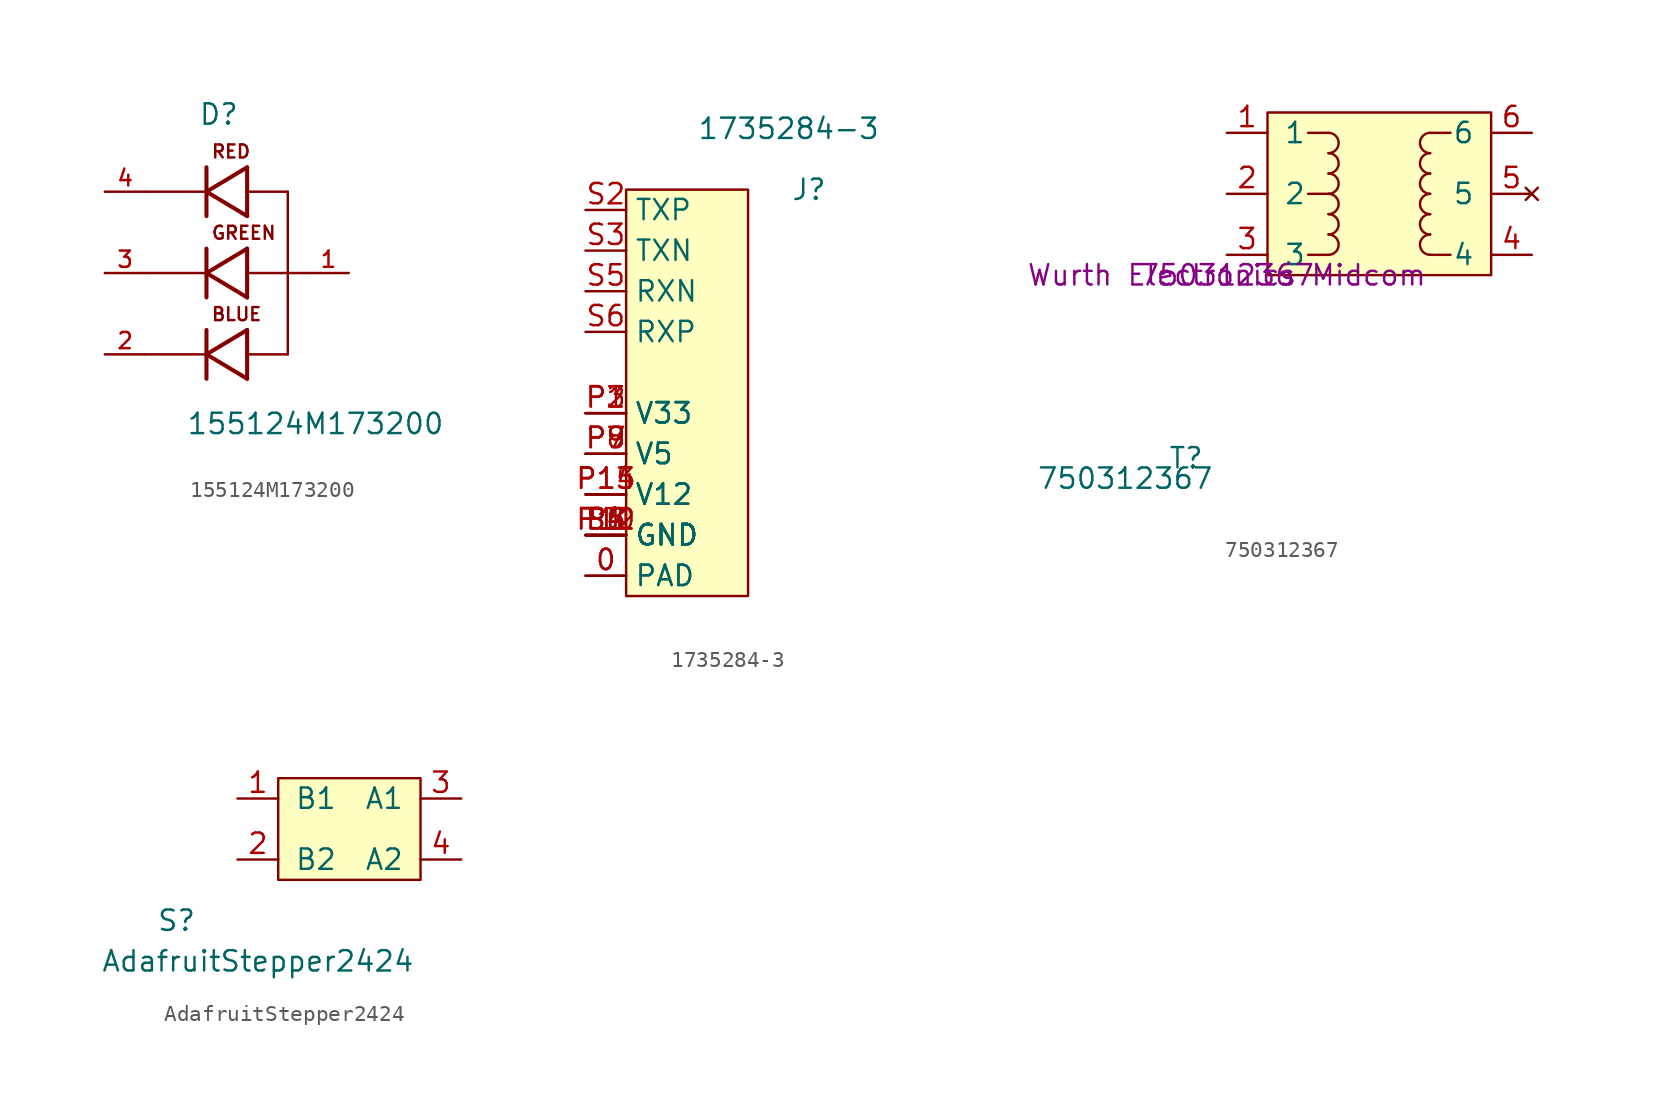
<source format=kicad_sym>
(kicad_symbol_lib
  (version 20220914)
  (generator kicad_symbol_editor)
  (symbol "155124M173200"
    (pin_names
      (offset 1.016) hide)
    (property "Reference" "D"
      (at -1.778 9.169 0)
      (effects (font (size 1.27 1.27)) (justify left bottom)))
    (property "Value" "155124M173200"
      (at -2.54 -10.16 0)
      (effects (font (size 1.27 1.27)) (justify left bottom)))
    (property "ki_locked" ""
      (at 0 0 0)
      (effects (font (size 1.27 1.27))))
    (symbol "155124M173200_0_0"
      (polyline (pts (xy -1.27 -6.604) (xy -1.27 -5.08)) (stroke (width 0.254) (type solid)) (fill (type none)))
      (polyline (pts (xy -1.27 -5.08) (xy -5.08 -5.08)) (stroke (width 0.152) (type solid)) (fill (type none)))
      (polyline (pts (xy -1.27 -5.08) (xy -1.27 -3.556)) (stroke (width 0.254) (type solid)) (fill (type none)))
      (polyline (pts (xy -1.27 -5.08) (xy 1.27 -6.604)) (stroke (width 0.254) (type solid)) (fill (type none)))
      (polyline (pts (xy -1.27 -1.524) (xy -1.27 0)) (stroke (width 0.254) (type solid)) (fill (type none)))
      (polyline (pts (xy -1.27 0) (xy -5.08 0)) (stroke (width 0.152) (type solid)) (fill (type none)))
      (polyline (pts (xy -1.27 0) (xy -1.27 1.524)) (stroke (width 0.254) (type solid)) (fill (type none)))
      (polyline (pts (xy -1.27 0) (xy 1.27 -1.524)) (stroke (width 0.254) (type solid)) (fill (type none)))
      (polyline (pts (xy -1.27 3.556) (xy -1.27 5.08)) (stroke (width 0.254) (type solid)) (fill (type none)))
      (polyline (pts (xy -1.27 5.08) (xy -5.08 5.08)) (stroke (width 0.152) (type solid)) (fill (type none)))
      (polyline (pts (xy -1.27 5.08) (xy -1.27 6.604)) (stroke (width 0.254) (type solid)) (fill (type none)))
      (polyline (pts (xy -1.27 5.08) (xy 1.27 3.556)) (stroke (width 0.254) (type solid)) (fill (type none)))
      (polyline (pts (xy 1.27 -6.604) (xy 1.27 -5.08)) (stroke (width 0.254) (type solid)) (fill (type none)))
      (polyline (pts (xy 1.27 -5.08) (xy 1.27 -3.556)) (stroke (width 0.254) (type solid)) (fill (type none)))
      (polyline (pts (xy 1.27 -5.08) (xy 3.81 -5.08)) (stroke (width 0.152) (type solid)) (fill (type none)))
      (polyline (pts (xy 1.27 -3.556) (xy -1.27 -5.08)) (stroke (width 0.254) (type solid)) (fill (type none)))
      (polyline (pts (xy 1.27 -1.524) (xy 1.27 0)) (stroke (width 0.254) (type solid)) (fill (type none)))
      (polyline (pts (xy 1.27 0) (xy 1.27 1.524)) (stroke (width 0.254) (type solid)) (fill (type none)))
      (polyline (pts (xy 1.27 1.524) (xy -1.27 0)) (stroke (width 0.254) (type solid)) (fill (type none)))
      (polyline (pts (xy 1.27 3.556) (xy 1.27 5.08)) (stroke (width 0.254) (type solid)) (fill (type none)))
      (polyline (pts (xy 1.27 5.08) (xy 1.27 6.604)) (stroke (width 0.254) (type solid)) (fill (type none)))
      (polyline (pts (xy 1.27 6.604) (xy -1.27 5.08)) (stroke (width 0.254) (type solid)) (fill (type none)))
      (polyline (pts (xy 3.81 -5.08) (xy 3.81 0)) (stroke (width 0.152) (type solid)) (fill (type none)))
      (polyline (pts (xy 3.81 0) (xy 1.27 0)) (stroke (width 0.152) (type solid)) (fill (type none)))
      (polyline (pts (xy 3.81 0) (xy 3.81 5.08)) (stroke (width 0.152) (type solid)) (fill (type none)))
      (polyline (pts (xy 3.81 5.08) (xy 1.27 5.08)) (stroke (width 0.152) (type solid)) (fill (type none)))
      (polyline (pts (xy 5.08 0) (xy 3.81 0)) (stroke (width 0.152) (type solid)) (fill (type none)))
      (text "BLUE" (at -1.016 -3.048 0) (effects (font (size 0.813 0.813)) (justify left bottom)))
      (text "GREEN" (at -1.016 2.032 0) (effects (font (size 0.813 0.813)) (justify left bottom)))
      (text "RED" (at -1.016 7.112 0) (effects (font (size 0.813 0.813)) (justify left bottom)))
      (pin passive line (at 7.62 0 180) (length 2.54) (name "1" (effects (font (size 1.016 1.016)))) (number "1" (effects (font (size 1.016 1.016)))))
      (pin passive line (at -7.62 -5.08 0) (length 2.54) (name "2" (effects (font (size 1.016 1.016)))) (number "2" (effects (font (size 1.016 1.016)))))
      (pin passive line (at -7.62 0 0) (length 2.54) (name "3" (effects (font (size 1.016 1.016)))) (number "3" (effects (font (size 1.016 1.016)))))
      (pin passive line (at -7.62 5.08 0) (length 2.54) (name "4" (effects (font (size 1.016 1.016)))) (number "4" (effects (font (size 1.016 1.016)))))))
  (symbol "1735284-3"
    (property "Reference" "J"
      (at 11.43 25.4 0)
      (effects (font (size 1.27 1.27))))
    (property "Value" "1735284-3"
      (at 10.16 29.21 0)
      (effects (font (size 1.27 1.27))))
    (symbol "1735284-3_1_1"
      (rectangle (start 0 25.4) (end 7.62 0) (stroke (width 0) (type default)) (fill (type background)))
      (pin power_in line (at -2.54 1.27 0) (length 2.54) (name "PAD" (effects (font (size 1.27 1.27)))) (number "0" (effects (font (size 1.27 1.27)))))
      (pin power_in line (at -2.54 1.27 0) (length 2.54) (name "PAD" (effects (font (size 1.27 1.27)))) (number "0" (effects (font (size 1.27 1.27)))))
      (pin power_in line (at -2.54 11.43 0) (length 2.54) (name "V33" (effects (font (size 1.27 1.27)))) (number "P1" (effects (font (size 1.27 1.27)))))
      (pin power_in line (at -2.54 3.81 0) (length 2.54) (name "GND" (effects (font (size 1.27 1.27)))) (number "P10" (effects (font (size 1.27 1.27)))))
      (pin power_in line (at -2.54 3.81 0) (length 2.54) (name "GND" (effects (font (size 1.27 1.27)))) (number "P11" (effects (font (size 1.27 1.27)))))
      (pin power_in line (at -2.54 3.81 0) (length 2.54) (name "GND" (effects (font (size 1.27 1.27)))) (number "P12" (effects (font (size 1.27 1.27)))))
      (pin power_in line (at -2.54 6.35 0) (length 2.54) (name "V12" (effects (font (size 1.27 1.27)))) (number "P13" (effects (font (size 1.27 1.27)))))
      (pin power_in line (at -2.54 6.35 0) (length 2.54) (name "V12" (effects (font (size 1.27 1.27)))) (number "P14" (effects (font (size 1.27 1.27)))))
      (pin power_in line (at -2.54 6.35 0) (length 2.54) (name "V12" (effects (font (size 1.27 1.27)))) (number "P15" (effects (font (size 1.27 1.27)))))
      (pin power_in line (at -2.54 11.43 0) (length 2.54) (name "V33" (effects (font (size 1.27 1.27)))) (number "P2" (effects (font (size 1.27 1.27)))))
      (pin power_in line (at -2.54 11.43 0) (length 2.54) (name "V33" (effects (font (size 1.27 1.27)))) (number "P3" (effects (font (size 1.27 1.27)))))
      (pin power_in line (at -2.54 3.81 0) (length 2.54) (name "GND" (effects (font (size 1.27 1.27)))) (number "P4" (effects (font (size 1.27 1.27)))))
      (pin power_in line (at -2.54 3.81 0) (length 2.54) (name "GND" (effects (font (size 1.27 1.27)))) (number "P5" (effects (font (size 1.27 1.27)))))
      (pin power_in line (at -2.54 3.81 0) (length 2.54) (name "GND" (effects (font (size 1.27 1.27)))) (number "P6" (effects (font (size 1.27 1.27)))))
      (pin power_in line (at -2.54 8.89 0) (length 2.54) (name "V5" (effects (font (size 1.27 1.27)))) (number "P7" (effects (font (size 1.27 1.27)))))
      (pin power_in line (at -2.54 8.89 0) (length 2.54) (name "V5" (effects (font (size 1.27 1.27)))) (number "P8" (effects (font (size 1.27 1.27)))))
      (pin power_in line (at -2.54 8.89 0) (length 2.54) (name "V5" (effects (font (size 1.27 1.27)))) (number "P9" (effects (font (size 1.27 1.27)))))
      (pin power_in line (at -2.54 3.81 0) (length 2.54) (name "GND" (effects (font (size 1.27 1.27)))) (number "S1" (effects (font (size 1.27 1.27)))))
      (pin input line (at -2.54 24.13 0) (length 2.54) (name "TXP" (effects (font (size 1.27 1.27)))) (number "S2" (effects (font (size 1.27 1.27)))))
      (pin input line (at -2.54 21.59 0) (length 2.54) (name "TXN" (effects (font (size 1.27 1.27)))) (number "S3" (effects (font (size 1.27 1.27)))))
      (pin power_in line (at -2.54 3.81 0) (length 2.54) (name "GND" (effects (font (size 1.27 1.27)))) (number "S4" (effects (font (size 1.27 1.27)))))
      (pin input line (at -2.54 19.05 0) (length 2.54) (name "RXN" (effects (font (size 1.27 1.27)))) (number "S5" (effects (font (size 1.27 1.27)))))
      (pin input line (at -2.54 16.51 0) (length 2.54) (name "RXP" (effects (font (size 1.27 1.27)))) (number "S6" (effects (font (size 1.27 1.27)))))
      (pin power_in line (at -2.54 3.81 0) (length 2.54) (name "GND" (effects (font (size 1.27 1.27)))) (number "S7" (effects (font (size 1.27 1.27)))))))
  (symbol "750312367"
    (pin_names
      (offset 1.016))
    (property "Reference" "T"
      (at -2.54 -11.43 0)
      (effects (font (size 1.27 1.27))))
    (property "Value" "750312367"
      (at -6.35 -12.7 0)
      (effects (font (size 1.27 1.27))))
    (property "Manufacture" "Wurth Electronics Midcom"
      (at 0 0 0)
      (effects (font (size 1.27 1.27))))
    (property "Manufacturer Part Number" "750312367"
      (at 0 0 0)
      (effects (font (size 1.27 1.27))))
    (symbol "750312367_0_1"
      (polyline (pts (xy 6.35 1.27) (xy 5.08 1.27)) (stroke (width 0) (type solid)) (fill (type none)))
      (polyline (pts (xy 6.35 5.08) (xy 5.08 5.08)) (stroke (width 0) (type solid)) (fill (type none)))
      (polyline (pts (xy 6.35 8.89) (xy 5.08 8.89)) (stroke (width 0) (type solid)) (fill (type none)))
      (rectangle (start 2.54 0) (end 16.51 10.16) (stroke (width 0) (type solid)) (fill (type background)))
      (arc (start 6.35 1.27) (mid 6.9823 1.905) (end 6.35 2.54) (stroke (width 0) (type solid)) (fill (type none)))
      (arc (start 6.35 2.54) (mid 6.9823 3.175) (end 6.35 3.81) (stroke (width 0) (type solid)) (fill (type none)))
      (arc (start 6.35 3.81) (mid 6.9823 4.445) (end 6.35 5.08) (stroke (width 0) (type solid)) (fill (type none)))
      (arc (start 6.35 5.08) (mid 6.9823 5.715) (end 6.35 6.35) (stroke (width 0) (type solid)) (fill (type none)))
      (arc (start 6.35 6.35) (mid 6.9823 6.985) (end 6.35 7.62) (stroke (width 0) (type solid)) (fill (type none)))
      (arc (start 6.35 7.62) (mid 6.9823 8.255) (end 6.35 8.89) (stroke (width 0) (type solid)) (fill (type none))))
    (symbol "750312367_1_1"
      (polyline (pts (xy 12.7 1.27) (xy 13.97 1.27)) (stroke (width 0) (type solid)) (fill (type none)))
      (polyline (pts (xy 12.7 8.89) (xy 13.97 8.89)) (stroke (width 0) (type solid)) (fill (type none)))
      (arc (start 12.7 2.54) (mid 12.0677 1.905) (end 12.7 1.27) (stroke (width 0) (type solid)) (fill (type none)))
      (arc (start 12.7 3.81) (mid 12.0677 3.175) (end 12.7 2.54) (stroke (width 0) (type solid)) (fill (type none)))
      (arc (start 12.7 5.08) (mid 12.0677 4.445) (end 12.7 3.81) (stroke (width 0) (type solid)) (fill (type none)))
      (arc (start 12.7 6.35) (mid 12.0677 5.715) (end 12.7 5.08) (stroke (width 0) (type solid)) (fill (type none)))
      (arc (start 12.7 7.62) (mid 12.0677 6.985) (end 12.7 6.35) (stroke (width 0) (type solid)) (fill (type none)))
      (arc (start 12.7 8.89) (mid 12.0677 8.255) (end 12.7 7.62) (stroke (width 0) (type solid)) (fill (type none)))
      (pin input line (at 0 8.89 0) (length 2.54) (name "1" (effects (font (size 1.27 1.27)))) (number "1" (effects (font (size 1.27 1.27)))))
      (pin input line (at 0 5.08 0) (length 2.54) (name "2" (effects (font (size 1.27 1.27)))) (number "2" (effects (font (size 1.27 1.27)))))
      (pin input line (at 0 1.27 0) (length 2.54) (name "3" (effects (font (size 1.27 1.27)))) (number "3" (effects (font (size 1.27 1.27)))))
      (pin input line (at 19.05 1.27 180) (length 2.54) (name "4" (effects (font (size 1.27 1.27)))) (number "4" (effects (font (size 1.27 1.27)))))
      (pin no_connect line (at 19.05 5.08 180) (length 2.54) (name "5" (effects (font (size 1.27 1.27)))) (number "5" (effects (font (size 1.27 1.27)))))
      (pin input line (at 19.05 8.89 180) (length 2.54) (name "6" (effects (font (size 1.27 1.27)))) (number "6" (effects (font (size 1.27 1.27)))))))
  (symbol "AdafruitStepper2424"
    (pin_names
      (offset 1.016))
    (property "Reference" "S"
      (at -6.35 -2.54 0)
      (effects (font (size 1.27 1.27))))
    (property "Value" "AdafruitStepper2424"
      (at -1.27 -5.08 0)
      (effects (font (size 1.27 1.27))))
    (symbol "AdafruitStepper2424_0_1"
      (rectangle (start 0 0) (end 8.89 6.35) (stroke (width 0) (type solid)) (fill (type background))))
    (symbol "AdafruitStepper2424_1_1"
      (pin input line (at -2.54 5.08 0) (length 2.54) (name "B1" (effects (font (size 1.27 1.27)))) (number "1" (effects (font (size 1.27 1.27)))))
      (pin input line (at -2.54 1.27 0) (length 2.54) (name "B2" (effects (font (size 1.27 1.27)))) (number "2" (effects (font (size 1.27 1.27)))))
      (pin input line (at 11.43 5.08 180) (length 2.54) (name "A1" (effects (font (size 1.27 1.27)))) (number "3" (effects (font (size 1.27 1.27)))))
      (pin input line (at 11.43 1.27 180) (length 2.54) (name "A2" (effects (font (size 1.27 1.27)))) (number "4" (effects (font (size 1.27 1.27))))))))
</source>
